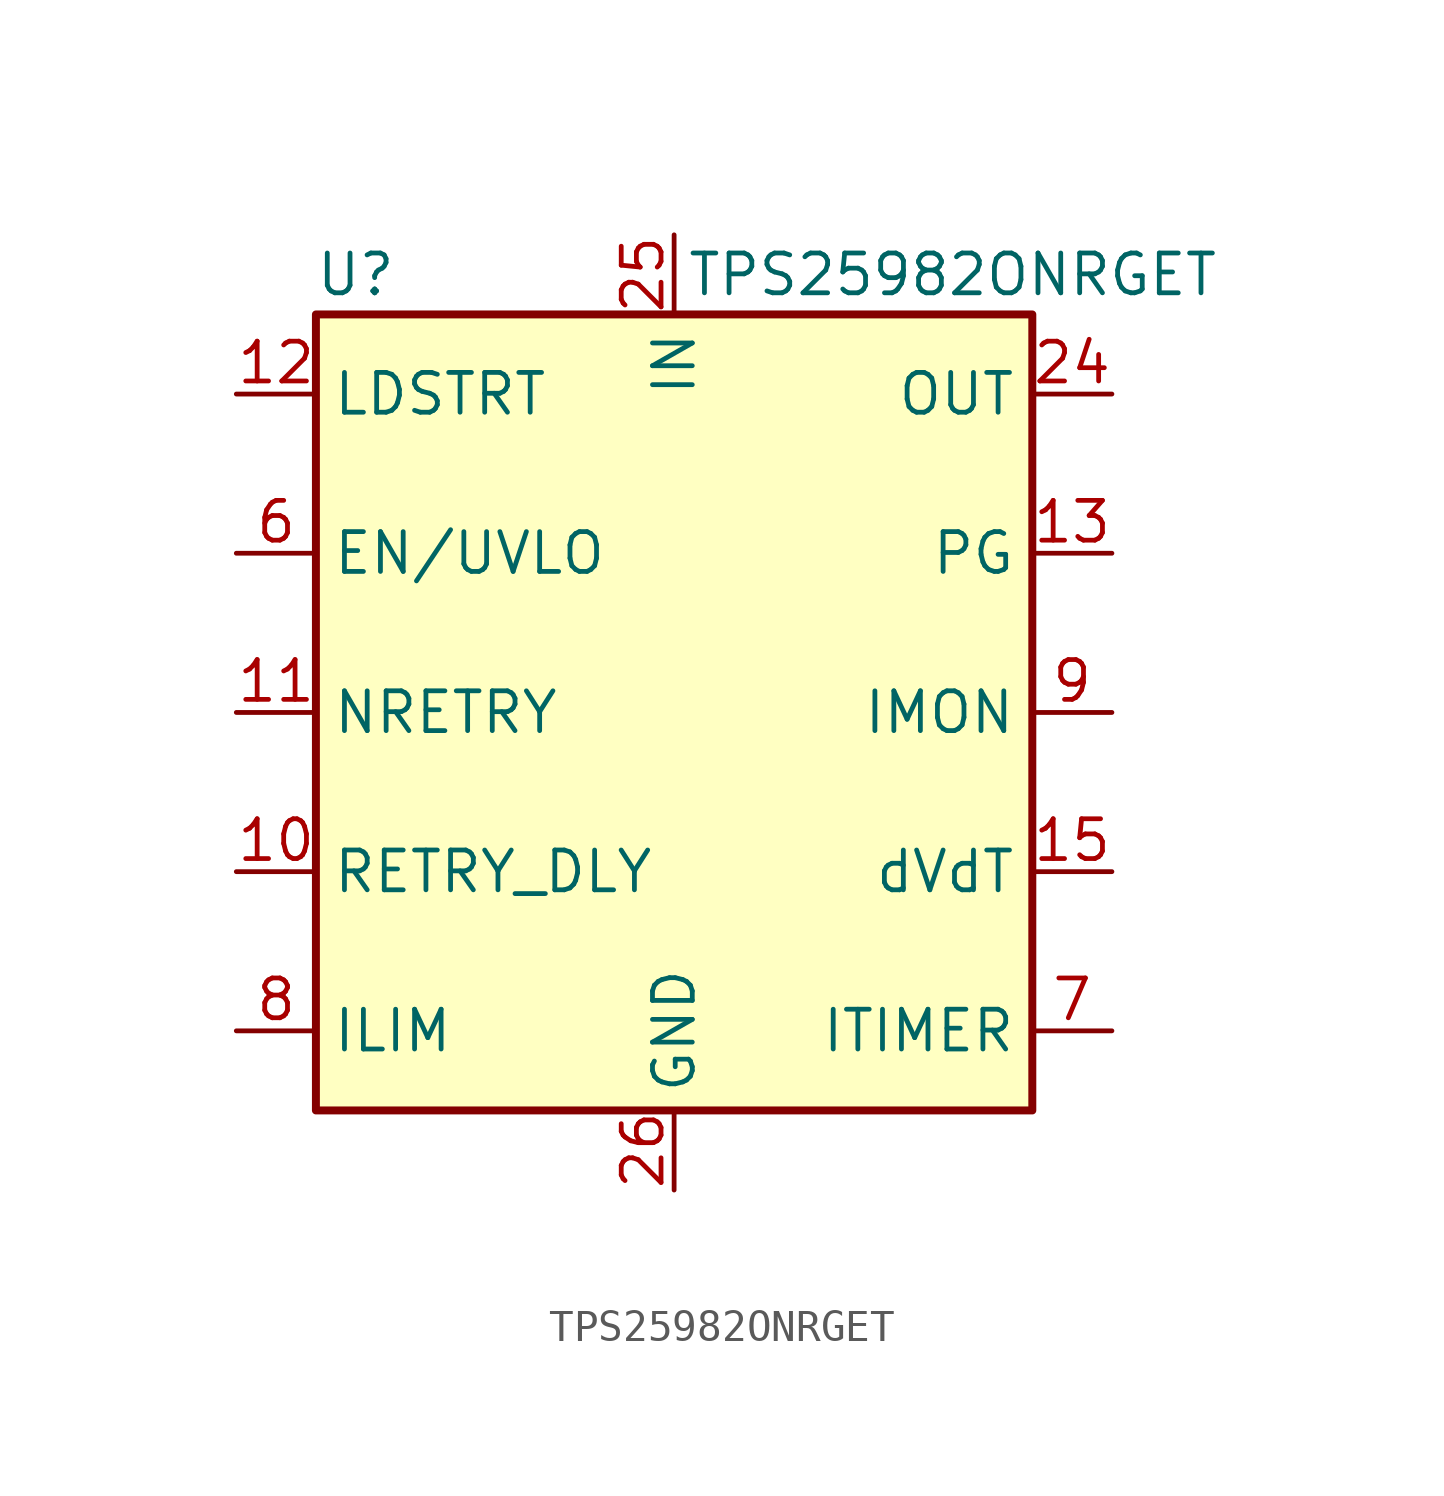
<source format=kicad_sym>
(kicad_symbol_lib
  (version 20200908)
  (generator kicad_symbol_editor)
  (symbol "TPS259827ONRGET:TPS25982ONRGET"
    (property "Reference" "U"
      (at -10.16 13.97 0)
      (effects (font (size 1.27 1.27))))
    (property "Value" "TPS25982ONRGET"
      (at 8.89 13.97 0)
      (effects (font (size 1.27 1.27))))
    (symbol "TPS25982ONRGET_0_1"
      (rectangle (start -11.43 12.7) (end 11.43 -12.7) (stroke (width 0.254)) (fill (type background)))
      (pin power_in line (at 0 -15.24 90) (length 2.54) hide (name "GND" (effects (font (size 1.27 1.27)))) (number "14" (effects (font (size 1.27 1.27)))))
      (pin power_in line (at 0 15.24 270) (length 2.54) hide (name "IN" (effects (font (size 1.27 1.27)))) (number "16" (effects (font (size 1.27 1.27)))))
      (pin power_in line (at 0 15.24 270) (length 2.54) (name "IN" (effects (font (size 1.27 1.27)))) (number "25" (effects (font (size 1.27 1.27)))))
      (pin power_in line (at 0 15.24 270) (length 2.54) hide (name "IN" (effects (font (size 1.27 1.27)))) (number "3" (effects (font (size 1.27 1.27)))))
      (pin power_in line (at 0 -15.24 90) (length 2.54) hide (name "GND" (effects (font (size 1.27 1.27)))) (number "4" (effects (font (size 1.27 1.27)))))
      (pin power_in line (at 0 -15.24 90) (length 2.54) hide (name "GND" (effects (font (size 1.27 1.27)))) (number "5" (effects (font (size 1.27 1.27))))))
    (symbol "TPS25982ONRGET_1_1"
      (pin power_in line (at 0 15.24 270) (length 2.54) hide (name "IN" (effects (font (size 1.27 1.27)))) (number "1" (effects (font (size 1.27 1.27)))))
      (pin passive line (at -13.97 -10.16 0) (length 2.54) (name "ILIM" (effects (font (size 1.27 1.27)))) (number "8" (effects (font (size 1.27 1.27)))))
      (pin passive line (at -13.97 0 0) (length 2.54) (name "NRETRY" (effects (font (size 1.27 1.27)))) (number "11" (effects (font (size 1.27 1.27)))))
      (pin passive line (at -13.97 10.16 0) (length 2.54) (name "LDSTRT" (effects (font (size 1.27 1.27)))) (number "12" (effects (font (size 1.27 1.27)))))
      (pin passive line (at 13.97 0 180) (length 2.54) (name "IMON" (effects (font (size 1.27 1.27)))) (number "9" (effects (font (size 1.27 1.27)))))
      (pin passive line (at 13.97 5.08 180) (length 2.54) (name "PG" (effects (font (size 1.27 1.27)))) (number "13" (effects (font (size 1.27 1.27)))))
      (pin power_out line (at 13.97 10.16 180) (length 2.54) hide (name "OUT" (effects (font (size 1.27 1.27)))) (number "18" (effects (font (size 1.27 1.27)))))
      (pin power_out line (at 13.97 10.16 180) (length 2.54) hide (name "OUT" (effects (font (size 1.27 1.27)))) (number "17" (effects (font (size 1.27 1.27)))))
      (pin power_in line (at 0 15.24 270) (length 2.54) hide (name "IN" (effects (font (size 1.27 1.27)))) (number "2" (effects (font (size 1.27 1.27)))))
      (pin input line (at -13.97 5.08 0) (length 2.54) (name "EN/UVLO" (effects (font (size 1.27 1.27)))) (number "6" (effects (font (size 1.27 1.27)))))
      (pin passive line (at 13.97 -10.16 180) (length 2.54) (name "ITIMER" (effects (font (size 1.27 1.27)))) (number "7" (effects (font (size 1.27 1.27)))))
      (pin power_in line (at 0 -15.24 90) (length 2.54) (name "GND" (effects (font (size 1.27 1.27)))) (number "26" (effects (font (size 1.27 1.27)))))
      (pin passive line (at 13.97 -5.08 180) (length 2.54) (name "dVdT" (effects (font (size 1.27 1.27)))) (number "15" (effects (font (size 1.27 1.27))))))
    (symbol "TPS25982ONRGET_0_0"
      (pin power_out line (at 13.97 10.16 180) (length 2.54) hide (name "OUT" (effects (font (size 1.27 1.27)))) (number "19" (effects (font (size 1.27 1.27)))))
      (pin power_out line (at 13.97 10.16 180) (length 2.54) hide (name "OUT" (effects (font (size 1.27 1.27)))) (number "20" (effects (font (size 1.27 1.27)))))
      (pin power_out line (at 13.97 10.16 180) (length 2.54) hide (name "OUT" (effects (font (size 1.27 1.27)))) (number "21" (effects (font (size 1.27 1.27)))))
      (pin power_out line (at 13.97 10.16 180) (length 2.54) hide (name "OUT" (effects (font (size 1.27 1.27)))) (number "22" (effects (font (size 1.27 1.27)))))
      (pin power_out line (at 13.97 10.16 180) (length 2.54) hide (name "OUT" (effects (font (size 1.27 1.27)))) (number "23" (effects (font (size 1.27 1.27)))))
      (pin power_out line (at 13.97 10.16 180) (length 2.54) (name "OUT" (effects (font (size 1.27 1.27)))) (number "24" (effects (font (size 1.27 1.27)))))
      (pin passive line (at -13.97 -5.08 0) (length 2.54) (name "RETRY_DLY" (effects (font (size 1.27 1.27)))) (number "10" (effects (font (size 1.27 1.27))))))))
</source>
